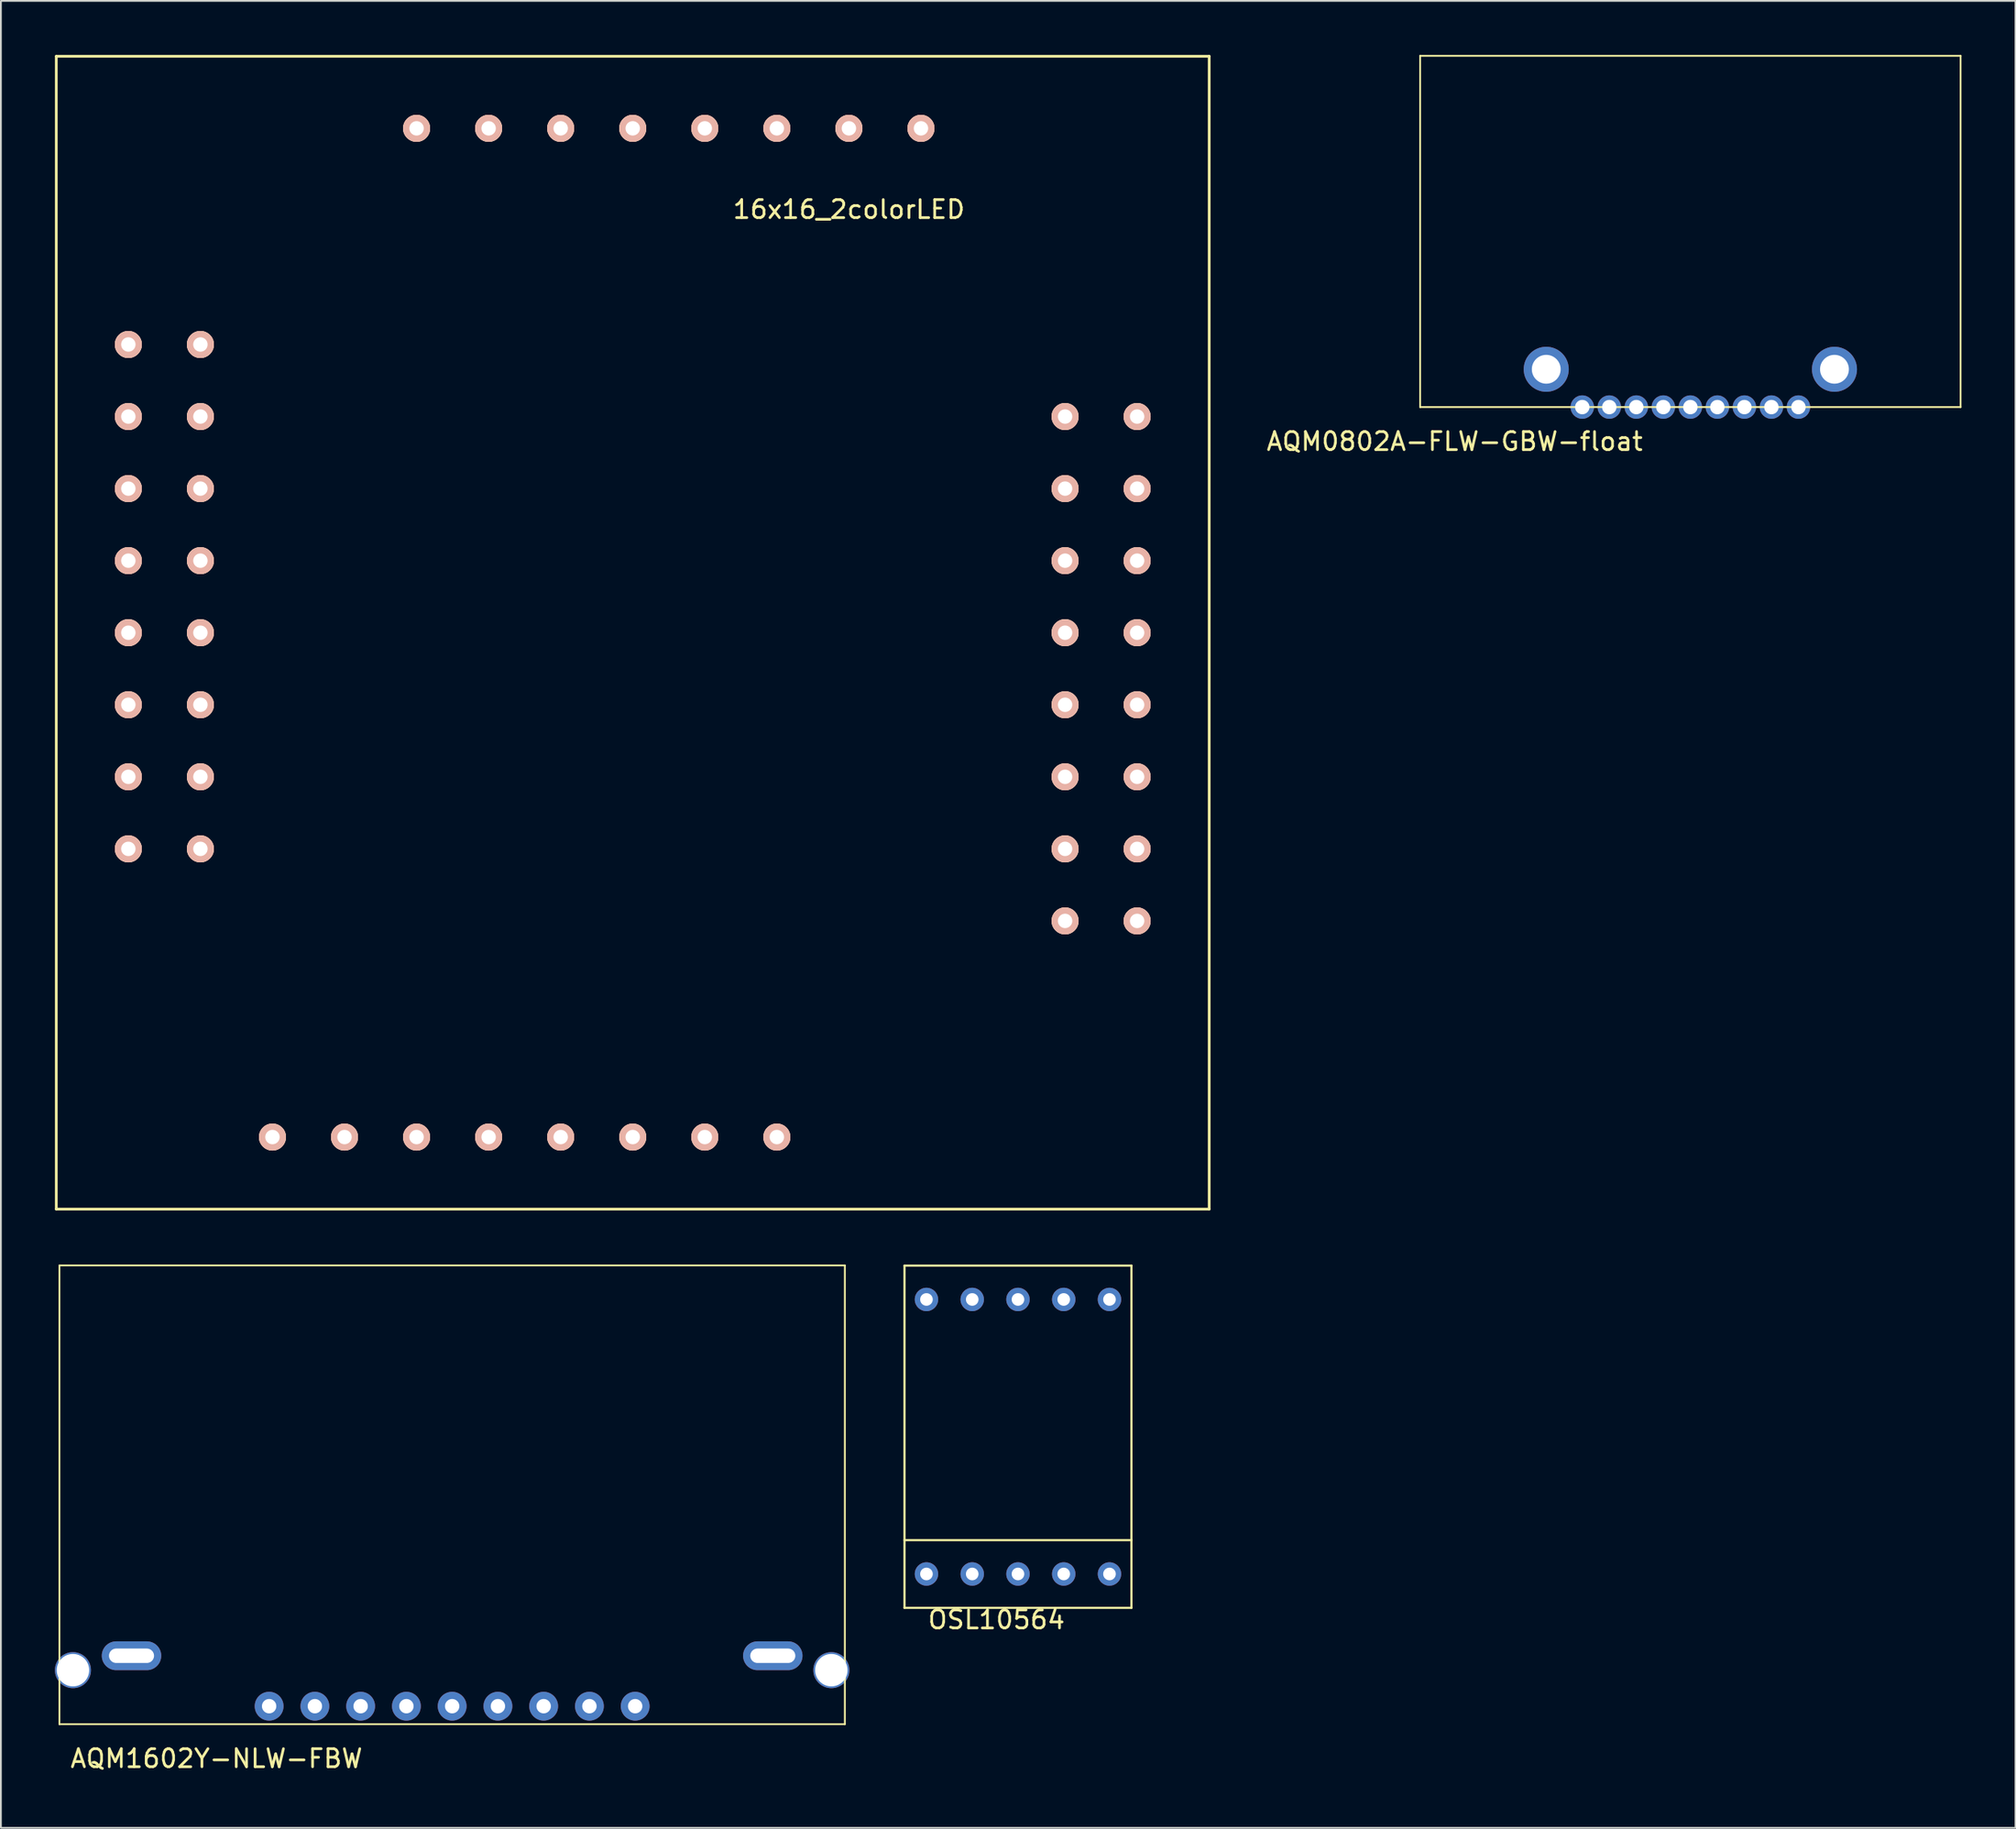
<source format=kicad_pcb>
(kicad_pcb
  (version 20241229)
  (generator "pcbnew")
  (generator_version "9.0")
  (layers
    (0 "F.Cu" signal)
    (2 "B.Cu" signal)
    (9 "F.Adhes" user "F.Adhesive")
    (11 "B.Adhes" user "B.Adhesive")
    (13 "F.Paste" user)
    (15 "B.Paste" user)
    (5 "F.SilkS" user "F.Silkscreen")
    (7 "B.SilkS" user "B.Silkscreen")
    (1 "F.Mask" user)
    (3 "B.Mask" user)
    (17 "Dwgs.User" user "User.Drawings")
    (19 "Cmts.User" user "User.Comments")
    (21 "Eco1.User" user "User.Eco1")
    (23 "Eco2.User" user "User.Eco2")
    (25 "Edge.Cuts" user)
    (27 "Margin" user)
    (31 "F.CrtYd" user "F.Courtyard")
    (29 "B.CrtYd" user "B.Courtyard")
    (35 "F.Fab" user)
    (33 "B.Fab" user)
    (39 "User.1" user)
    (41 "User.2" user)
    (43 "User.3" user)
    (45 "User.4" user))
  (footprint "AQM1602Y-NLW-FBW"
    (layer "F.Cu")
    (at 22.05 92.67)
    (property "Reference" "AQM1602Y-NLW-FBW" (at -13.081 1.905 0) (layer "F.SilkS") (effects (font (size 1 1) (thickness 0.15))))
    (attr through_hole)
    (fp_line (start -21.8 -25.47) (end -21.8 0) (stroke (width 0.1) (type solid)) (layer "F.SilkS"))
    (fp_line (start -21.8 0) (end 21.8 0) (stroke (width 0.1) (type solid)) (layer "F.SilkS"))
    (fp_line (start 21.8 -25.47) (end -21.8 -25.47) (stroke (width 0.1) (type solid)) (layer "F.SilkS"))
    (fp_line (start 21.8 -25.47) (end 21.8 0) (stroke (width 0.1) (type solid)) (layer "F.SilkS"))
    (pad "" np_thru_hole circle (at -21.05 -3) (size 2 2) (drill 1.8) (layers "*.Cu" "*.Mask"))
    (pad "" np_thru_hole circle (at 21.05 -3) (size 2 2) (drill 1.8) (layers "*.Cu" "*.Mask"))
    (pad "1" thru_hole circle (at -10.16 -1) (size 1.6 1.6) (drill 0.8) (layers "*.Cu" "*.Mask"))
    (pad "2" thru_hole circle (at -7.62 -1) (size 1.6 1.6) (drill 0.8) (layers "*.Cu" "*.Mask"))
    (pad "3" thru_hole circle (at -5.08 -1) (size 1.6 1.6) (drill 0.8) (layers "*.Cu" "*.Mask"))
    (pad "4" thru_hole circle (at -2.54 -1) (size 1.6 1.6) (drill 0.8) (layers "*.Cu" "*.Mask"))
    (pad "5" thru_hole circle (at 0 -1) (size 1.6 1.6) (drill 0.8) (layers "*.Cu" "*.Mask"))
    (pad "6" thru_hole circle (at 2.54 -1) (size 1.6 1.6) (drill 0.8) (layers "*.Cu" "*.Mask"))
    (pad "7" thru_hole circle (at 5.08 -1) (size 1.6 1.6) (drill 0.8) (layers "*.Cu" "*.Mask"))
    (pad "8" thru_hole circle (at 7.62 -1) (size 1.6 1.6) (drill 0.8) (layers "*.Cu" "*.Mask"))
    (pad "9" thru_hole circle (at 10.16 -1) (size 1.6 1.6) (drill 0.8) (layers "*.Cu" "*.Mask"))
    (pad "A" thru_hole oval (at -17.8 -3.8) (size 3.3 1.6) (drill oval 2.5 0.8) (layers "*.Cu" "*.Mask"))
    (pad "K" thru_hole oval (at 17.8 -3.8) (size 3.3 1.6) (drill oval 2.5 0.8) (layers "*.Cu" "*.Mask")))
  (footprint "AQM0802A-FLW-GBW-float"
    (layer "F.Cu")
    (at 90.785 19.55)
    (property "Reference" "AQM0802A-FLW-GBW-float" (at -13.081 1.905 0) (layer "F.SilkS") (effects (font (size 1 1) (thickness 0.15))))
    (attr through_hole)
    (fp_line (start -15 -19.5) (end -15 0) (stroke (width 0.1) (type solid)) (layer "F.SilkS"))
    (fp_line (start -15 0) (end 15 0) (stroke (width 0.1) (type solid)) (layer "F.SilkS"))
    (fp_line (start 15 -19.5) (end -15 -19.5) (stroke (width 0.1) (type solid)) (layer "F.SilkS"))
    (fp_line (start 15 0) (end 15 -19.5) (stroke (width 0.1) (type solid)) (layer "F.SilkS"))
    (pad "1" thru_hole circle (at -6 0) (size 1.3 1.3) (drill 0.8) (layers "*.Cu" "*.Mask"))
    (pad "2" thru_hole circle (at -4.5 0) (size 1.3 1.3) (drill 0.8) (layers "*.Cu" "*.Mask"))
    (pad "3" thru_hole circle (at -3 0) (size 1.3 1.3) (drill 0.8) (layers "*.Cu" "*.Mask"))
    (pad "4" thru_hole circle (at -1.5 0) (size 1.3 1.3) (drill 0.8) (layers "*.Cu" "*.Mask"))
    (pad "5" thru_hole circle (at 0 0) (size 1.3 1.3) (drill 0.8) (layers "*.Cu" "*.Mask"))
    (pad "6" thru_hole circle (at 1.5 0) (size 1.3 1.3) (drill 0.8) (layers "*.Cu" "*.Mask"))
    (pad "7" thru_hole circle (at 3 0) (size 1.3 1.3) (drill 0.8) (layers "*.Cu" "*.Mask"))
    (pad "8" thru_hole circle (at 4.5 0) (size 1.3 1.3) (drill 0.8) (layers "*.Cu" "*.Mask"))
    (pad "9" thru_hole circle (at 6 0) (size 1.3 1.3) (drill 0.8) (layers "*.Cu" "*.Mask"))
    (pad "10" thru_hole circle (at -8 -2.1) (size 2.5 2.5) (drill 1.6) (layers "*.Cu" "*.Mask"))
    (pad "11" thru_hole circle (at 8 -2.1) (size 2.5 2.5) (drill 1.6) (layers "*.Cu" "*.Mask")))
  (footprint "OSL10564"
    (layer "F.Cu")
    (at 48.38 84.33)
    (property "Reference" "OSL10564" (at 0 2.54 0) (layer "F.SilkS") (effects (font (size 1 1) (thickness 0.15)) (justify left)))
    (attr through_hole)
    (fp_line (start -1.22 -17.12) (end -1.22 1.88) (stroke (width 0.12) (type solid)) (layer "F.SilkS"))
    (fp_line (start -1.22 -17.12) (end 11.38 -17.12) (stroke (width 0.12) (type solid)) (layer "F.SilkS"))
    (fp_line (start -1.22 -1.88) (end 11.38 -1.88) (stroke (width 0.12) (type solid)) (layer "F.SilkS"))
    (fp_line (start -1.22 1.88) (end 11.38 1.88) (stroke (width 0.12) (type solid)) (layer "F.SilkS"))
    (fp_line (start 11.38 -17.12) (end 11.38 1.88) (stroke (width 0.12) (type solid)) (layer "F.SilkS"))
    (pad "1" thru_hole circle (at 0 0) (size 1.3 1.3) (drill 0.7) (layers "*.Cu" "*.Mask"))
    (pad "2" thru_hole circle (at 2.54 0) (size 1.3 1.3) (drill 0.7) (layers "*.Cu" "*.Mask"))
    (pad "3" thru_hole circle (at 5.08 0) (size 1.3 1.3) (drill 0.7) (layers "*.Cu" "*.Mask"))
    (pad "4" thru_hole circle (at 7.62 0) (size 1.3 1.3) (drill 0.7) (layers "*.Cu" "*.Mask"))
    (pad "5" thru_hole circle (at 10.16 0) (size 1.3 1.3) (drill 0.7) (layers "*.Cu" "*.Mask"))
    (pad "6" thru_hole circle (at 10.16 -15.24) (size 1.3 1.3) (drill 0.7) (layers "*.Cu" "*.Mask"))
    (pad "7" thru_hole circle (at 7.62 -15.24) (size 1.3 1.3) (drill 0.7) (layers "*.Cu" "*.Mask"))
    (pad "8" thru_hole circle (at 5.08 -15.24) (size 1.3 1.3) (drill 0.7) (layers "*.Cu" "*.Mask"))
    (pad "9" thru_hole circle (at 2.54 -15.24) (size 1.3 1.3) (drill 0.7) (layers "*.Cu" "*.Mask"))
    (pad "10" thru_hole circle (at 0 -15.24) (size 1.3 1.3) (drill 0.7) (layers "*.Cu" "*.Mask")))
  (footprint "16x16_2colorLED"
    (layer "F.Cu")
    (at 48.075 4.075)
    (property "Reference" "16x16_2colorLED" (at -4 4.5 0) (layer "F.SilkS") (effects (font (size 1 1) (thickness 0.15))))
    (attr through_hole)
    (fp_line (start -48 -4) (end -48 60) (stroke (width 0.15) (type solid)) (layer "F.SilkS"))
    (fp_line (start -48 -4) (end 16 -4) (stroke (width 0.15) (type solid)) (layer "F.SilkS"))
    (fp_line (start 16 -4) (end 16 60) (stroke (width 0.15) (type solid)) (layer "F.SilkS"))
    (fp_line (start 16 60) (end -48 60) (stroke (width 0.15) (type solid)) (layer "F.SilkS"))
    (pad "1" thru_hole circle (at 0 0) (size 1.5 1.5) (drill 0.8) (layers "*.SilkS" "*.Mask" "B.Cu"))
    (pad "2" thru_hole circle (at -4 0) (size 1.5 1.5) (drill 0.8) (layers "*.SilkS" "*.Mask" "B.Cu"))
    (pad "3" thru_hole circle (at -8 0) (size 1.5 1.5) (drill 0.8) (layers "*.SilkS" "*.Mask" "B.Cu"))
    (pad "4" thru_hole circle (at -12 0) (size 1.5 1.5) (drill 0.8) (layers "*.SilkS" "*.Mask" "B.Cu"))
    (pad "5" thru_hole circle (at -16 0) (size 1.5 1.5) (drill 0.8) (layers "*.SilkS" "*.Mask" "B.Cu"))
    (pad "6" thru_hole circle (at -20 0) (size 1.5 1.5) (drill 0.8) (layers "*.SilkS" "*.Mask" "B.Cu"))
    (pad "7" thru_hole circle (at -24 0) (size 1.5 1.5) (drill 0.8) (layers "*.SilkS" "*.Mask" "B.Cu"))
    (pad "8" thru_hole circle (at -28 0) (size 1.5 1.5) (drill 0.8) (layers "*.SilkS" "*.Mask" "B.Cu"))
    (pad "9" thru_hole circle (at -8 56) (size 1.5 1.5) (drill 0.8) (layers "*.SilkS" "*.Mask" "B.Cu"))
    (pad "10" thru_hole circle (at -12 56) (size 1.5 1.5) (drill 0.8) (layers "*.SilkS" "*.Mask" "B.Cu"))
    (pad "11" thru_hole circle (at -16 56) (size 1.5 1.5) (drill 0.8) (layers "*.SilkS" "*.Mask" "B.Cu"))
    (pad "12" thru_hole circle (at -20 56) (size 1.5 1.5) (drill 0.8) (layers "*.SilkS" "*.Mask" "B.Cu"))
    (pad "13" thru_hole circle (at -24 56) (size 1.5 1.5) (drill 0.8) (layers "*.SilkS" "*.Mask" "B.Cu"))
    (pad "14" thru_hole circle (at -28 56) (size 1.5 1.5) (drill 0.8) (layers "*.SilkS" "*.Mask" "B.Cu"))
    (pad "15" thru_hole circle (at -32 56) (size 1.5 1.5) (drill 0.8) (layers "*.SilkS" "*.Mask" "B.Cu"))
    (pad "16" thru_hole circle (at -36 56) (size 1.5 1.5) (drill 0.8) (layers "*.SilkS" "*.Mask" "B.Cu"))
    (pad "17" thru_hole circle (at -40 40) (size 1.5 1.5) (drill 0.8) (layers "*.SilkS" "*.Mask" "B.Cu"))
    (pad "18" thru_hole circle (at -44 40) (size 1.5 1.5) (drill 0.8) (layers "*.SilkS" "*.Mask" "B.Cu"))
    (pad "19" thru_hole circle (at -40 36) (size 1.5 1.5) (drill 0.8) (layers "*.SilkS" "*.Mask" "B.Cu"))
    (pad "20" thru_hole circle (at -44 36) (size 1.5 1.5) (drill 0.8) (layers "*.SilkS" "*.Mask" "B.Cu"))
    (pad "21" thru_hole circle (at -40 32) (size 1.5 1.5) (drill 0.8) (layers "*.SilkS" "*.Mask" "B.Cu"))
    (pad "22" thru_hole circle (at -44 32) (size 1.5 1.5) (drill 0.8) (layers "*.SilkS" "*.Mask" "B.Cu"))
    (pad "23" thru_hole circle (at -40 28) (size 1.5 1.5) (drill 0.8) (layers "*.SilkS" "*.Mask" "B.Cu"))
    (pad "24" thru_hole circle (at -44 28) (size 1.5 1.5) (drill 0.8) (layers "*.SilkS" "*.Mask" "B.Cu"))
    (pad "25" thru_hole circle (at -40 24) (size 1.5 1.5) (drill 0.8) (layers "*.SilkS" "*.Mask" "B.Cu"))
    (pad "26" thru_hole circle (at -44 24) (size 1.5 1.5) (drill 0.8) (layers "*.SilkS" "*.Mask" "B.Cu"))
    (pad "27" thru_hole circle (at -40 20) (size 1.5 1.5) (drill 0.8) (layers "*.SilkS" "*.Mask" "B.Cu"))
    (pad "28" thru_hole circle (at -44 20) (size 1.5 1.5) (drill 0.8) (layers "*.SilkS" "*.Mask" "B.Cu"))
    (pad "29" thru_hole circle (at -40 16) (size 1.5 1.5) (drill 0.8) (layers "*.SilkS" "*.Mask" "B.Cu"))
    (pad "30" thru_hole circle (at -44 16) (size 1.5 1.5) (drill 0.8) (layers "*.SilkS" "*.Mask" "B.Cu"))
    (pad "31" thru_hole circle (at -40 12) (size 1.5 1.5) (drill 0.8) (layers "*.SilkS" "*.Mask" "B.Cu"))
    (pad "32" thru_hole circle (at -44 12) (size 1.5 1.5) (drill 0.8) (layers "*.SilkS" "*.Mask" "B.Cu"))
    (pad "33" thru_hole circle (at 12 44) (size 1.5 1.5) (drill 0.8) (layers "*.SilkS" "*.Mask" "B.Cu"))
    (pad "34" thru_hole circle (at 8 44) (size 1.5 1.5) (drill 0.8) (layers "*.SilkS" "*.Mask" "B.Cu"))
    (pad "35" thru_hole circle (at 12 40) (size 1.5 1.5) (drill 0.8) (layers "*.SilkS" "*.Mask" "B.Cu"))
    (pad "36" thru_hole circle (at 8 40) (size 1.5 1.5) (drill 0.8) (layers "*.SilkS" "*.Mask" "B.Cu"))
    (pad "37" thru_hole circle (at 12 36) (size 1.5 1.5) (drill 0.8) (layers "*.SilkS" "*.Mask" "B.Cu"))
    (pad "38" thru_hole circle (at 8 36) (size 1.5 1.5) (drill 0.8) (layers "*.SilkS" "*.Mask" "B.Cu"))
    (pad "39" thru_hole circle (at 12 32) (size 1.5 1.5) (drill 0.8) (layers "*.SilkS" "*.Mask" "B.Cu"))
    (pad "40" thru_hole circle (at 8 32) (size 1.5 1.5) (drill 0.8) (layers "*.SilkS" "*.Mask" "B.Cu"))
    (pad "41" thru_hole circle (at 12 28) (size 1.5 1.5) (drill 0.8) (layers "*.SilkS" "*.Mask" "B.Cu"))
    (pad "42" thru_hole circle (at 8 28) (size 1.5 1.5) (drill 0.8) (layers "*.SilkS" "*.Mask" "B.Cu"))
    (pad "43" thru_hole circle (at 12 24) (size 1.5 1.5) (drill 0.8) (layers "*.SilkS" "*.Mask" "B.Cu"))
    (pad "44" thru_hole circle (at 8 24) (size 1.5 1.5) (drill 0.8) (layers "*.SilkS" "*.Mask" "B.Cu"))
    (pad "45" thru_hole circle (at 12 20) (size 1.5 1.5) (drill 0.8) (layers "*.SilkS" "*.Mask" "B.Cu"))
    (pad "46" thru_hole circle (at 8 20) (size 1.5 1.5) (drill 0.8) (layers "*.SilkS" "*.Mask" "B.Cu"))
    (pad "47" thru_hole circle (at 12 16) (size 1.5 1.5) (drill 0.8) (layers "*.SilkS" "*.Mask" "B.Cu"))
    (pad "48" thru_hole circle (at 8 16) (size 1.5 1.5) (drill 0.8) (layers "*.SilkS" "*.Mask" "B.Cu")))
  (gr_rect
    (start -3 -3)
    (end 108.835 98.423)
    (stroke (width 0.1) (type default))
    (fill no)
    (layer "Edge.Cuts")))
</source>
